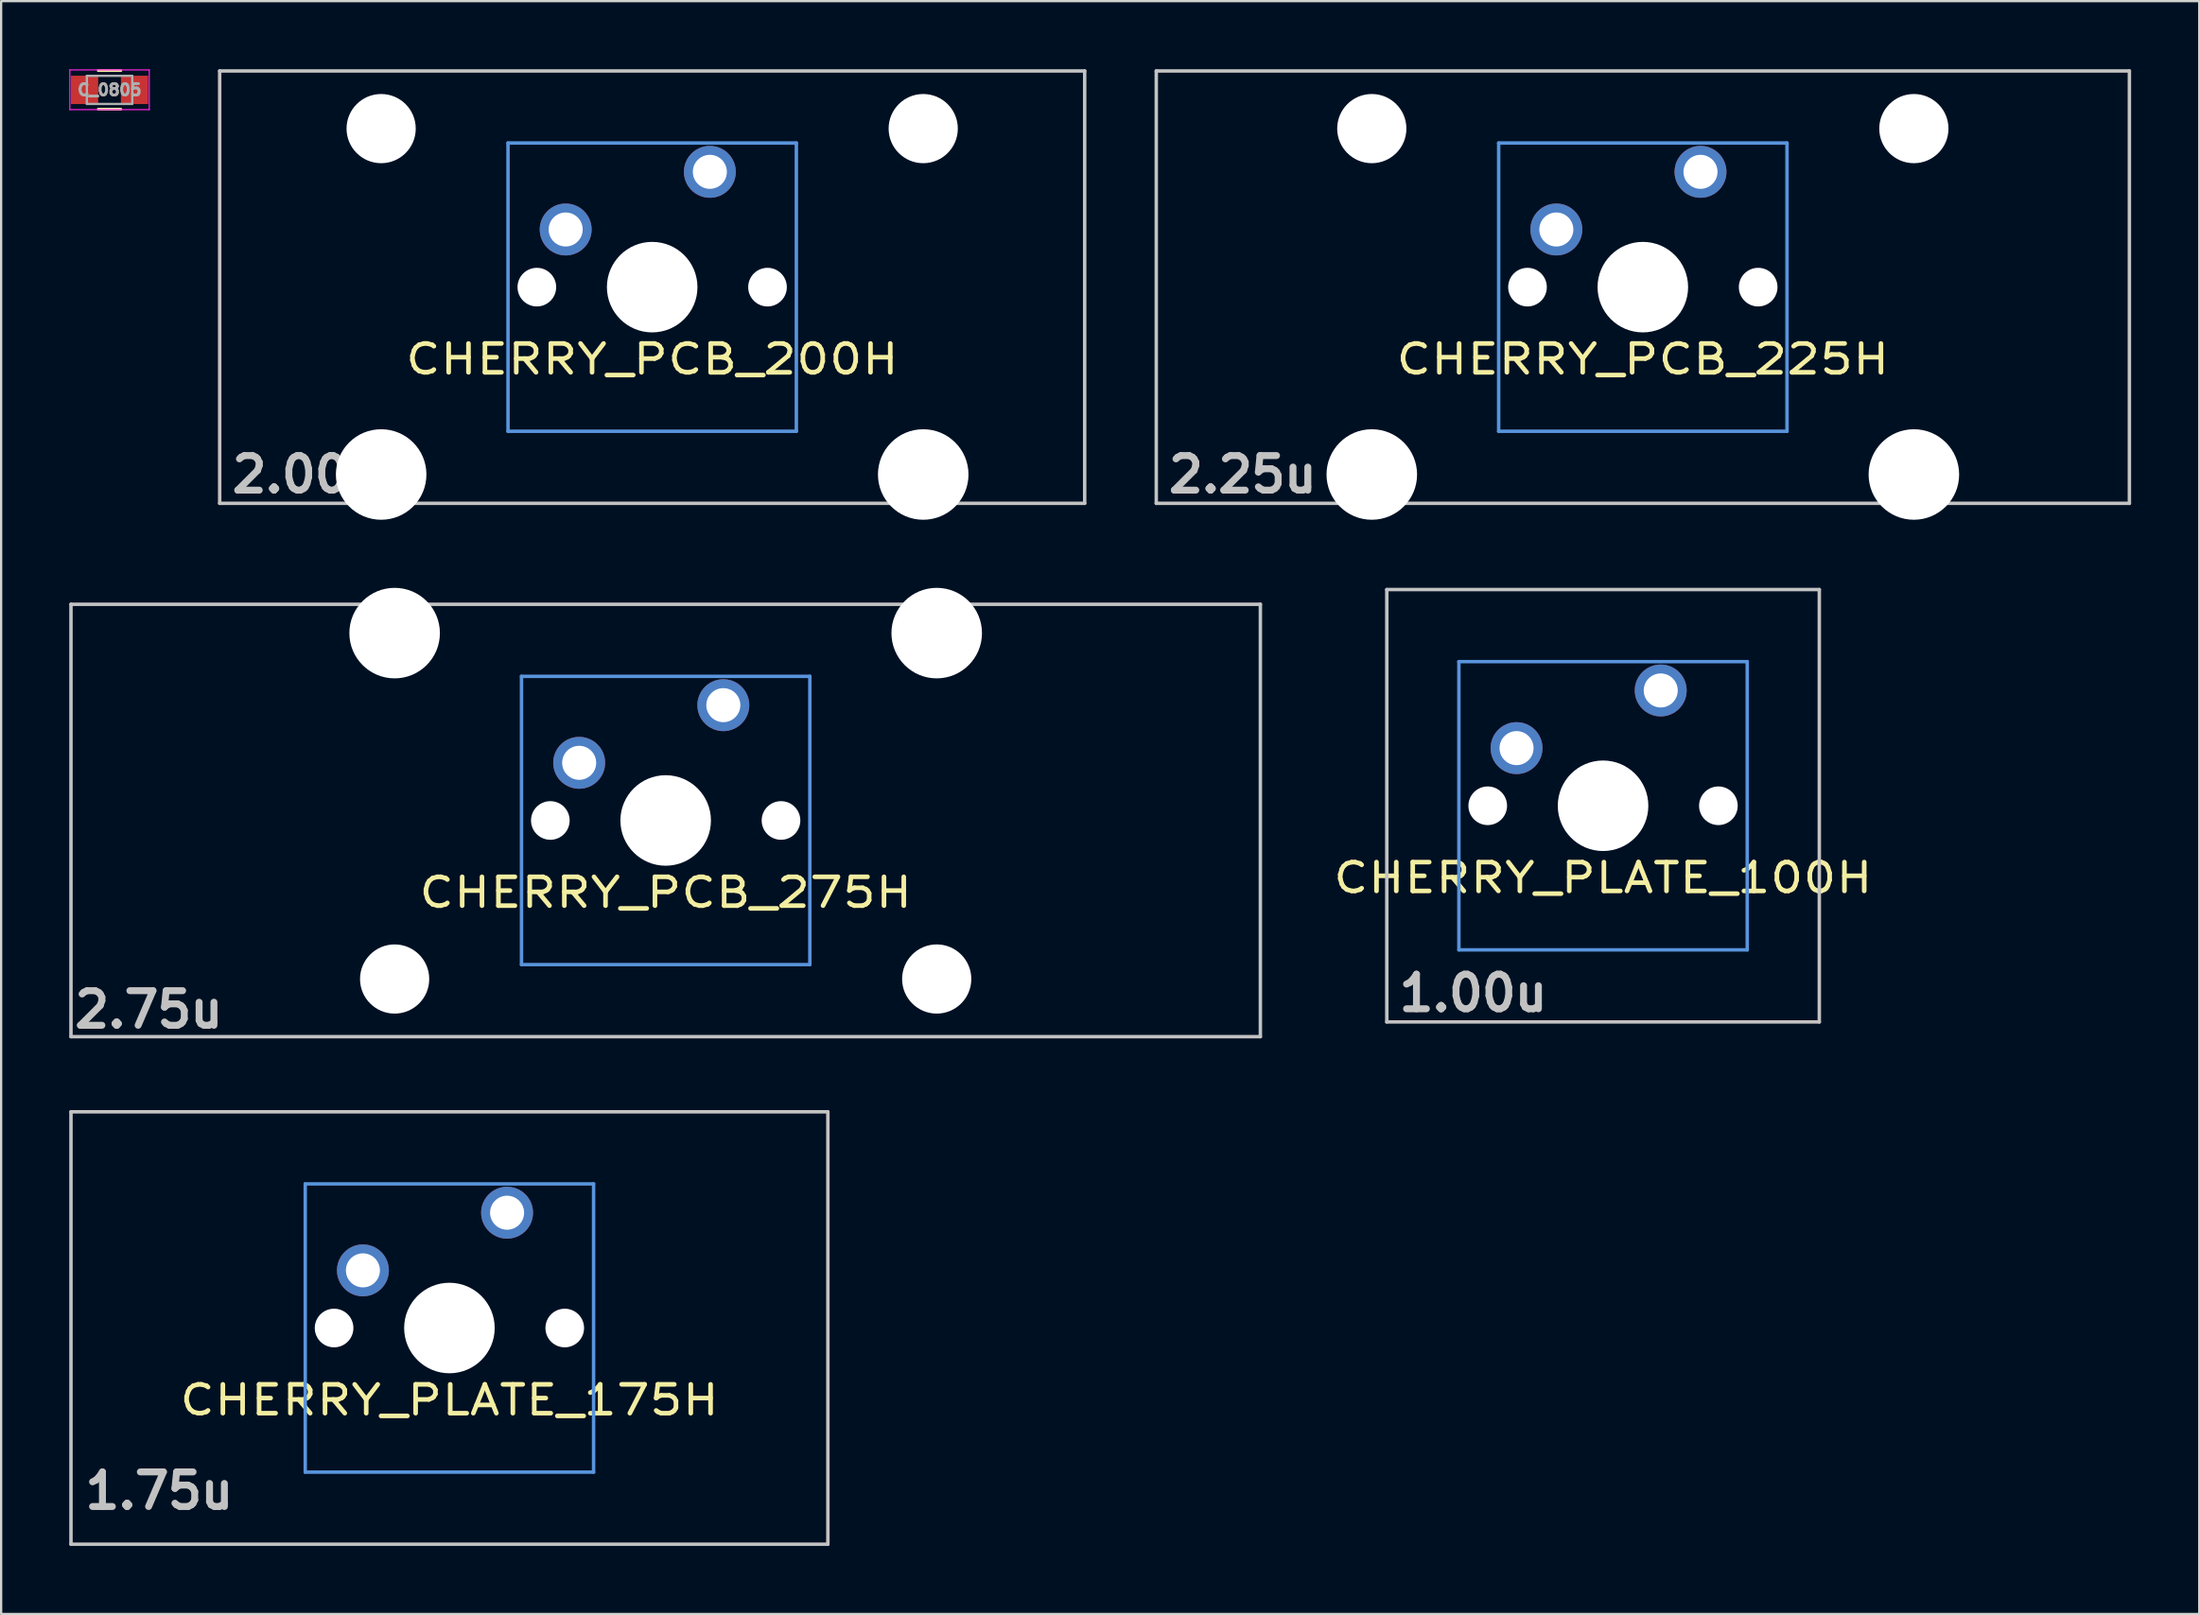
<source format=kicad_pcb>
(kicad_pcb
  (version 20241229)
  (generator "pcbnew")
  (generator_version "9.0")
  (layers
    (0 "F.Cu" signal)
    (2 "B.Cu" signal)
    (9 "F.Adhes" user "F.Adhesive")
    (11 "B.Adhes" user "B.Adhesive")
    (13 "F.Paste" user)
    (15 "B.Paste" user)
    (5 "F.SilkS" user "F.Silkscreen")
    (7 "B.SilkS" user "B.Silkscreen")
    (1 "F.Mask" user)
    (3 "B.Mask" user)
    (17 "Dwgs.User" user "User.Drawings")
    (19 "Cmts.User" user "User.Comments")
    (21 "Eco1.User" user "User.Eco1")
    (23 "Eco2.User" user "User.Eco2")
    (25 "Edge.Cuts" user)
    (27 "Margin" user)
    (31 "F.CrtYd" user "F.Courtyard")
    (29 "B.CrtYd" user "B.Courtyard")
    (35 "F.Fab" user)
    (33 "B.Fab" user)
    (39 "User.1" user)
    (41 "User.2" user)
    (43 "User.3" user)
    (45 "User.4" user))
  (footprint "C_0805"
    (layer "F.Cu")
    (at 1.775 0.91)
    (property "Reference" "C_0805" (at 0 0 0) (layer "F.Fab") (effects (font (size 0.5 0.5) (thickness 0.125))))
    (attr smd)
    (fp_line (start -0.5 0.85) (end 0.5 0.85) (stroke (width 0.12) (type solid)) (layer "F.SilkS"))
    (fp_line (start 0.5 -0.85) (end -0.5 -0.85) (stroke (width 0.12) (type solid)) (layer "F.SilkS"))
    (fp_line (start -1.75 -0.88) (end -1.75 0.87) (stroke (width 0.05) (type solid)) (layer "F.CrtYd"))
    (fp_line (start -1.75 -0.88) (end 1.75 -0.88) (stroke (width 0.05) (type solid)) (layer "F.CrtYd"))
    (fp_line (start 1.75 0.87) (end -1.75 0.87) (stroke (width 0.05) (type solid)) (layer "F.CrtYd"))
    (fp_line (start 1.75 0.87) (end 1.75 -0.88) (stroke (width 0.05) (type solid)) (layer "F.CrtYd"))
    (fp_line (start -1 -0.62) (end 1 -0.62) (stroke (width 0.1) (type solid)) (layer "F.Fab"))
    (fp_line (start -1 0.62) (end -1 -0.62) (stroke (width 0.1) (type solid)) (layer "F.Fab"))
    (fp_line (start 1 -0.62) (end 1 0.62) (stroke (width 0.1) (type solid)) (layer "F.Fab"))
    (fp_line (start 1 0.62) (end -1 0.62) (stroke (width 0.1) (type solid)) (layer "F.Fab"))
    (pad "1" smd rect (at -1.1 0 180) (size 1.2 1.25) (layers "F.Cu" "F.Mask" "F.Paste"))
    (pad "2" smd rect (at 1.1 0 180) (size 1.2 1.25) (layers "F.Cu" "F.Mask" "F.Paste")))
  (footprint "CHERRY_PCB_225H"
    (layer "F.Cu")
    (at 69.31 9.601)
    (property "Reference" "CHERRY_PCB_225H" (at 0 3.175 0) (layer "F.SilkS") (effects (font (size 1.27 1.524) (thickness 0.203))))
    (attr through_hole)
    (fp_line (start -21.431 -9.525) (end 21.431 -9.525) (stroke (width 0.152) (type solid)) (layer "Dwgs.User"))
    (fp_line (start -21.431 9.525) (end -21.431 -9.525) (stroke (width 0.152) (type solid)) (layer "Dwgs.User"))
    (fp_line (start 21.431 -9.525) (end 21.431 9.525) (stroke (width 0.152) (type solid)) (layer "Dwgs.User"))
    (fp_line (start 21.431 9.525) (end -21.431 9.525) (stroke (width 0.152) (type solid)) (layer "Dwgs.User"))
    (fp_line (start -6.35 -6.35) (end 6.35 -6.35) (stroke (width 0.152) (type solid)) (layer "Cmts.User"))
    (fp_line (start -6.35 6.35) (end -6.35 -6.35) (stroke (width 0.152) (type solid)) (layer "Cmts.User"))
    (fp_line (start 6.35 -6.35) (end 6.35 6.35) (stroke (width 0.152) (type solid)) (layer "Cmts.User"))
    (fp_line (start 6.35 6.35) (end -6.35 6.35) (stroke (width 0.152) (type solid)) (layer "Cmts.User"))
    (fp_text user "2.25u" (at -17.623 8.255 0) (layer "Dwgs.User") (effects (font (size 1.524 1.524) (thickness 0.305))))
    (pad "" np_thru_hole circle (at -11.938 -6.985) (size 3.048 3.048) (drill 3.048) (layers "*.Cu" "*.Mask"))
    (pad "" np_thru_hole circle (at -11.938 8.255) (size 3.988 3.988) (drill 3.988) (layers "*.Cu" "*.Mask"))
    (pad "" np_thru_hole circle (at -5.08 0) (size 1.702 1.702) (drill 1.702) (layers "*.Cu" "*.Mask"))
    (pad "" np_thru_hole circle (at 0 0) (size 3.988 3.988) (drill 3.988) (layers "*.Cu" "*.Mask"))
    (pad "" np_thru_hole circle (at 5.08 0) (size 1.702 1.702) (drill 1.702) (layers "*.Cu" "*.Mask"))
    (pad "" np_thru_hole circle (at 11.938 -6.985) (size 3.048 3.048) (drill 3.048) (layers "*.Cu" "*.Mask"))
    (pad "" np_thru_hole circle (at 11.938 8.255) (size 3.988 3.988) (drill 3.988) (layers "*.Cu" "*.Mask"))
    (pad "1" thru_hole circle (at 2.54 -5.08) (size 2.286 2.286) (drill 1.499) (layers "*.Cu" "B.Mask"))
    (pad "2" thru_hole circle (at -3.81 -2.54) (size 2.286 2.286) (drill 1.499) (layers "*.Cu" "B.Mask")))
  (footprint "CHERRY_PLATE_100H"
    (layer "F.Cu")
    (at 67.558 32.451)
    (property "Reference" "CHERRY_PLATE_100H" (at 0 3.175 0) (layer "F.SilkS") (effects (font (size 1.27 1.524) (thickness 0.203))))
    (attr through_hole)
    (fp_line (start -9.525 -9.525) (end 9.525 -9.525) (stroke (width 0.152) (type solid)) (layer "Dwgs.User"))
    (fp_line (start -9.525 9.525) (end -9.525 -9.525) (stroke (width 0.152) (type solid)) (layer "Dwgs.User"))
    (fp_line (start 9.525 -9.525) (end 9.525 9.525) (stroke (width 0.152) (type solid)) (layer "Dwgs.User"))
    (fp_line (start 9.525 9.525) (end -9.525 9.525) (stroke (width 0.152) (type solid)) (layer "Dwgs.User"))
    (fp_line (start -6.35 -6.35) (end 6.35 -6.35) (stroke (width 0.152) (type solid)) (layer "Cmts.User"))
    (fp_line (start -6.35 6.35) (end -6.35 -6.35) (stroke (width 0.152) (type solid)) (layer "Cmts.User"))
    (fp_line (start 6.35 -6.35) (end 6.35 6.35) (stroke (width 0.152) (type solid)) (layer "Cmts.User"))
    (fp_line (start 6.35 6.35) (end -6.35 6.35) (stroke (width 0.152) (type solid)) (layer "Cmts.User"))
    (fp_text user "1.00u" (at -5.715 8.255 0) (layer "Dwgs.User") (effects (font (size 1.524 1.524) (thickness 0.305))))
    (pad "" np_thru_hole circle (at -5.08 0) (size 1.702 1.702) (drill 1.702) (layers "*.Cu" "*.Mask"))
    (pad "" np_thru_hole circle (at 0 0) (size 3.988 3.988) (drill 3.988) (layers "*.Cu" "*.Mask"))
    (pad "" np_thru_hole circle (at 5.08 0) (size 1.702 1.702) (drill 1.702) (layers "*.Cu" "*.Mask"))
    (pad "1" thru_hole circle (at 2.54 -5.08) (size 2.286 2.286) (drill 1.499) (layers "*.Cu" "B.Mask"))
    (pad "2" thru_hole circle (at -3.81 -2.54) (size 2.286 2.286) (drill 1.499) (layers "*.Cu" "B.Mask")))
  (footprint "CHERRY_PCB_275H"
    (layer "F.Cu")
    (at 26.27 33.099)
    (property "Reference" "CHERRY_PCB_275H" (at 0 3.175 0) (layer "F.SilkS") (effects (font (size 1.27 1.524) (thickness 0.203))))
    (attr through_hole)
    (fp_line (start -26.194 -9.525) (end 26.194 -9.525) (stroke (width 0.152) (type solid)) (layer "Dwgs.User"))
    (fp_line (start -26.194 9.525) (end -26.194 -9.525) (stroke (width 0.152) (type solid)) (layer "Dwgs.User"))
    (fp_line (start 26.194 -9.525) (end 26.194 9.525) (stroke (width 0.152) (type solid)) (layer "Dwgs.User"))
    (fp_line (start 26.194 9.525) (end -26.194 9.525) (stroke (width 0.152) (type solid)) (layer "Dwgs.User"))
    (fp_line (start -6.35 -6.35) (end 6.35 -6.35) (stroke (width 0.152) (type solid)) (layer "Cmts.User"))
    (fp_line (start -6.35 6.35) (end -6.35 -6.35) (stroke (width 0.152) (type solid)) (layer "Cmts.User"))
    (fp_line (start 6.35 -6.35) (end 6.35 6.35) (stroke (width 0.152) (type solid)) (layer "Cmts.User"))
    (fp_line (start 6.35 6.35) (end -6.35 6.35) (stroke (width 0.152) (type solid)) (layer "Cmts.User"))
    (fp_text user "2.75u" (at -26.194 8.334 0) (layer "Dwgs.User") (effects (font (size 1.524 1.524) (thickness 0.305)) (justify left)))
    (pad "" np_thru_hole circle (at -11.938 -8.255 180) (size 3.988 3.988) (drill 3.988) (layers "*.Cu" "*.Mask"))
    (pad "" np_thru_hole circle (at -11.938 6.985 180) (size 3.048 3.048) (drill 3.048) (layers "*.Cu" "*.Mask"))
    (pad "" np_thru_hole circle (at -5.08 0) (size 1.702 1.702) (drill 1.702) (layers "*.Cu" "*.Mask"))
    (pad "" np_thru_hole circle (at 0 0) (size 3.988 3.988) (drill 3.988) (layers "*.Cu" "*.Mask"))
    (pad "" np_thru_hole circle (at 5.08 0) (size 1.702 1.702) (drill 1.702) (layers "*.Cu" "*.Mask"))
    (pad "" np_thru_hole circle (at 11.938 -8.255 180) (size 3.988 3.988) (drill 3.988) (layers "*.Cu" "*.Mask"))
    (pad "" np_thru_hole circle (at 11.938 6.985 180) (size 3.048 3.048) (drill 3.048) (layers "*.Cu" "*.Mask"))
    (pad "1" thru_hole circle (at 2.54 -5.08) (size 2.286 2.286) (drill 1.499) (layers "*.Cu" "B.Mask"))
    (pad "2" thru_hole circle (at -3.81 -2.54) (size 2.286 2.286) (drill 1.499) (layers "*.Cu" "B.Mask")))
  (footprint "CHERRY_PLATE_175H"
    (layer "F.Cu")
    (at 16.745 55.461)
    (property "Reference" "CHERRY_PLATE_175H" (at 0 3.175 0) (layer "F.SilkS") (effects (font (size 1.27 1.524) (thickness 0.203))))
    (attr through_hole)
    (fp_line (start -16.669 -9.525) (end 16.669 -9.525) (stroke (width 0.152) (type solid)) (layer "Dwgs.User"))
    (fp_line (start -16.669 9.525) (end -16.669 -9.525) (stroke (width 0.152) (type solid)) (layer "Dwgs.User"))
    (fp_line (start 16.669 -9.525) (end 16.669 9.525) (stroke (width 0.152) (type solid)) (layer "Dwgs.User"))
    (fp_line (start 16.669 9.525) (end -16.669 9.525) (stroke (width 0.152) (type solid)) (layer "Dwgs.User"))
    (fp_line (start -6.35 -6.35) (end 6.35 -6.35) (stroke (width 0.152) (type solid)) (layer "Cmts.User"))
    (fp_line (start -6.35 6.35) (end -6.35 -6.35) (stroke (width 0.152) (type solid)) (layer "Cmts.User"))
    (fp_line (start 6.35 -6.35) (end 6.35 6.35) (stroke (width 0.152) (type solid)) (layer "Cmts.User"))
    (fp_line (start 6.35 6.35) (end -6.35 6.35) (stroke (width 0.152) (type solid)) (layer "Cmts.User"))
    (fp_text user "1.75u" (at -12.779 7.175 0) (layer "Dwgs.User") (effects (font (size 1.524 1.524) (thickness 0.305))))
    (pad "" np_thru_hole circle (at -5.08 0) (size 1.702 1.702) (drill 1.702) (layers "*.Cu" "*.Mask"))
    (pad "" np_thru_hole circle (at 0 0) (size 3.988 3.988) (drill 3.988) (layers "*.Cu" "*.Mask"))
    (pad "" np_thru_hole circle (at 5.08 0) (size 1.702 1.702) (drill 1.702) (layers "*.Cu" "*.Mask"))
    (pad "1" thru_hole circle (at 2.54 -5.08) (size 2.286 2.286) (drill 1.499) (layers "*.Cu" "B.Mask"))
    (pad "2" thru_hole circle (at -3.81 -2.54) (size 2.286 2.286) (drill 1.499) (layers "*.Cu" "B.Mask")))
  (footprint "CHERRY_PCB_200H"
    (layer "F.Cu")
    (at 25.676 9.601)
    (property "Reference" "CHERRY_PCB_200H" (at 0 3.175 0) (layer "F.SilkS") (effects (font (size 1.27 1.524) (thickness 0.203))))
    (attr through_hole)
    (fp_line (start -19.05 -9.525) (end 19.05 -9.525) (stroke (width 0.152) (type solid)) (layer "Dwgs.User"))
    (fp_line (start -19.05 9.525) (end -19.05 -9.525) (stroke (width 0.152) (type solid)) (layer "Dwgs.User"))
    (fp_line (start 19.05 -9.525) (end 19.05 9.525) (stroke (width 0.152) (type solid)) (layer "Dwgs.User"))
    (fp_line (start 19.05 9.525) (end -19.05 9.525) (stroke (width 0.152) (type solid)) (layer "Dwgs.User"))
    (fp_line (start -6.35 -6.35) (end 6.35 -6.35) (stroke (width 0.152) (type solid)) (layer "Cmts.User"))
    (fp_line (start -6.35 6.35) (end -6.35 -6.35) (stroke (width 0.152) (type solid)) (layer "Cmts.User"))
    (fp_line (start 6.35 -6.35) (end 6.35 6.35) (stroke (width 0.152) (type solid)) (layer "Cmts.User"))
    (fp_line (start 6.35 6.35) (end -6.35 6.35) (stroke (width 0.152) (type solid)) (layer "Cmts.User"))
    (fp_text user "2.00u" (at -15.24 8.255 0) (layer "Dwgs.User") (effects (font (size 1.524 1.524) (thickness 0.305))))
    (pad "" np_thru_hole circle (at -11.938 -6.985) (size 3.048 3.048) (drill 3.048) (layers "*.Cu" "*.Mask"))
    (pad "" np_thru_hole circle (at -11.938 8.255) (size 3.988 3.988) (drill 3.988) (layers "*.Cu" "*.Mask"))
    (pad "" np_thru_hole circle (at -5.08 0) (size 1.702 1.702) (drill 1.702) (layers "*.Cu" "*.Mask"))
    (pad "" np_thru_hole circle (at 0 0) (size 3.988 3.988) (drill 3.988) (layers "*.Cu" "*.Mask"))
    (pad "" np_thru_hole circle (at 5.08 0) (size 1.702 1.702) (drill 1.702) (layers "*.Cu" "*.Mask"))
    (pad "" np_thru_hole circle (at 11.938 -6.985) (size 3.048 3.048) (drill 3.048) (layers "*.Cu" "*.Mask"))
    (pad "" np_thru_hole circle (at 11.938 8.255) (size 3.988 3.988) (drill 3.988) (layers "*.Cu" "*.Mask"))
    (pad "1" thru_hole circle (at 2.54 -5.08) (size 2.286 2.286) (drill 1.499) (layers "*.Cu" "B.Mask"))
    (pad "2" thru_hole circle (at -3.81 -2.54) (size 2.286 2.286) (drill 1.499) (layers "*.Cu" "B.Mask")))
  (gr_rect
    (start -3 -3)
    (end 93.817 68.062)
    (stroke (width 0.1) (type default))
    (fill no)
    (layer "Edge.Cuts")))
</source>
